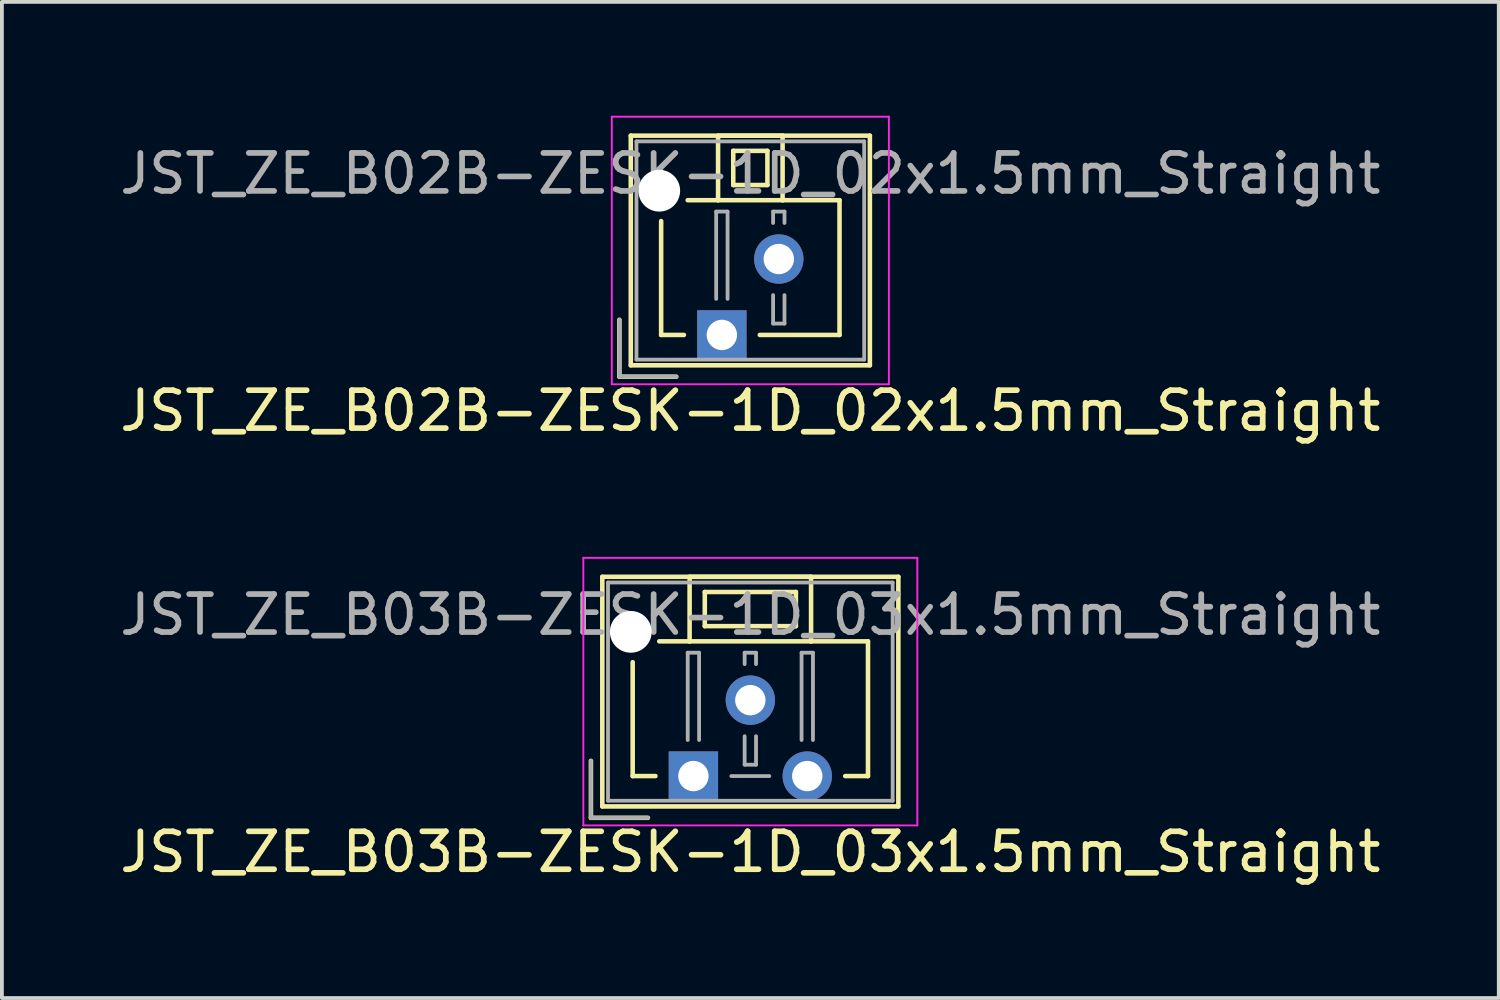
<source format=kicad_pcb>
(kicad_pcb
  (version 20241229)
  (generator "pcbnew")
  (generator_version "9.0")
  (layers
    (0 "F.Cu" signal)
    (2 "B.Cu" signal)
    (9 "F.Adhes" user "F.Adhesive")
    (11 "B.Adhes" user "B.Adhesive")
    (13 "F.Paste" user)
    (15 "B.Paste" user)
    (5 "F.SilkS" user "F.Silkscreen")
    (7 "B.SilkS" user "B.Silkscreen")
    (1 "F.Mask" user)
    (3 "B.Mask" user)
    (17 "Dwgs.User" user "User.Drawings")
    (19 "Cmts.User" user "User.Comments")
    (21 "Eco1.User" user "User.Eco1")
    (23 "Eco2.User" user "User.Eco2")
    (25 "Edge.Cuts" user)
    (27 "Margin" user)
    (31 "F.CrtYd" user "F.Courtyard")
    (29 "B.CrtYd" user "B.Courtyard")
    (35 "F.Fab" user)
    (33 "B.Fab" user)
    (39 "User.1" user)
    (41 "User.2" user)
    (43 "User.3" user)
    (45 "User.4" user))
  (footprint "JST_ZE_B03B-ZESK-1D_03x1.5mm_Straight"
    (layer "F.Cu")
    (at 15.22 17.398)
    (property "Reference" "JST_ZE_B03B-ZESK-1D_03x1.5mm_Straight" (at 1.5 2 0) (layer "F.SilkS") (effects (font (size 1 1) (thickness 0.15))))
    (attr through_hole)
    (fp_line (start -2.7 -0.4) (end -2.7 1.1) (stroke (width 0.12) (type solid)) (layer "F.SilkS"))
    (fp_line (start -2.7 1.1) (end -1.2 1.1) (stroke (width 0.12) (type solid)) (layer "F.SilkS"))
    (fp_line (start -2.4 -5.25) (end -2.4 0.8) (stroke (width 0.12) (type solid)) (layer "F.SilkS"))
    (fp_line (start -2.4 0.8) (end 5.4 0.8) (stroke (width 0.12) (type solid)) (layer "F.SilkS"))
    (fp_line (start -1.6 -3) (end -1.6 0) (stroke (width 0.12) (type solid)) (layer "F.SilkS"))
    (fp_line (start -1.6 0) (end -1 0) (stroke (width 0.12) (type solid)) (layer "F.SilkS"))
    (fp_line (start -0.1 -5.25) (end -0.1 -3.55) (stroke (width 0.12) (type solid)) (layer "F.SilkS"))
    (fp_line (start -0.1 -3.55) (end -0.9 -3.55) (stroke (width 0.12) (type solid)) (layer "F.SilkS"))
    (fp_line (start -0.1 -3.55) (end 3.1 -3.55) (stroke (width 0.12) (type solid)) (layer "F.SilkS"))
    (fp_line (start 0.3 -4.85) (end 0.3 -3.95) (stroke (width 0.12) (type solid)) (layer "F.SilkS"))
    (fp_line (start 0.3 -3.95) (end 2.7 -3.95) (stroke (width 0.12) (type solid)) (layer "F.SilkS"))
    (fp_line (start 2.7 -4.85) (end 0.3 -4.85) (stroke (width 0.12) (type solid)) (layer "F.SilkS"))
    (fp_line (start 2.7 -3.95) (end 2.7 -4.85) (stroke (width 0.12) (type solid)) (layer "F.SilkS"))
    (fp_line (start 3.1 -5.25) (end -0.1 -5.25) (stroke (width 0.12) (type solid)) (layer "F.SilkS"))
    (fp_line (start 3.1 -3.55) (end 3.1 -5.25) (stroke (width 0.12) (type solid)) (layer "F.SilkS"))
    (fp_line (start 3.1 -3.55) (end 4.6 -3.55) (stroke (width 0.12) (type solid)) (layer "F.SilkS"))
    (fp_line (start 4.6 -3.55) (end 4.6 0) (stroke (width 0.12) (type solid)) (layer "F.SilkS"))
    (fp_line (start 4.6 0) (end 4 0) (stroke (width 0.12) (type solid)) (layer "F.SilkS"))
    (fp_line (start 5.4 -5.25) (end -2.4 -5.25) (stroke (width 0.12) (type solid)) (layer "F.SilkS"))
    (fp_line (start 5.4 0.8) (end 5.4 -5.25) (stroke (width 0.12) (type solid)) (layer "F.SilkS"))
    (fp_line (start -2.9 -5.75) (end -2.9 1.3) (stroke (width 0.05) (type solid)) (layer "F.CrtYd"))
    (fp_line (start -2.9 1.3) (end 5.9 1.3) (stroke (width 0.05) (type solid)) (layer "F.CrtYd"))
    (fp_line (start 5.9 -5.75) (end -2.9 -5.75) (stroke (width 0.05) (type solid)) (layer "F.CrtYd"))
    (fp_line (start 5.9 1.3) (end 5.9 -5.75) (stroke (width 0.05) (type solid)) (layer "F.CrtYd"))
    (fp_line (start -2.7 -0.4) (end -2.7 1.1) (stroke (width 0.1) (type solid)) (layer "F.Fab"))
    (fp_line (start -2.7 1.1) (end -1.2 1.1) (stroke (width 0.1) (type solid)) (layer "F.Fab"))
    (fp_line (start -2.25 -5.1) (end -2.25 0.65) (stroke (width 0.1) (type solid)) (layer "F.Fab"))
    (fp_line (start -2.25 0.65) (end 5.25 0.65) (stroke (width 0.1) (type solid)) (layer "F.Fab"))
    (fp_line (start -0.15 -3.25) (end 0.15 -3.25) (stroke (width 0.1) (type solid)) (layer "F.Fab"))
    (fp_line (start -0.15 -0.95) (end -0.15 -3.25) (stroke (width 0.1) (type solid)) (layer "F.Fab"))
    (fp_line (start 0.15 -3.25) (end 0.15 -0.95) (stroke (width 0.1) (type solid)) (layer "F.Fab"))
    (fp_line (start 1 0) (end 2 0) (stroke (width 0.1) (type solid)) (layer "F.Fab"))
    (fp_line (start 1.35 -3.25) (end 1.65 -3.25) (stroke (width 0.1) (type solid)) (layer "F.Fab"))
    (fp_line (start 1.35 -2.95) (end 1.35 -3.25) (stroke (width 0.1) (type solid)) (layer "F.Fab"))
    (fp_line (start 1.35 -1.05) (end 1.35 -0.3) (stroke (width 0.1) (type solid)) (layer "F.Fab"))
    (fp_line (start 1.35 -0.3) (end 1.65 -0.3) (stroke (width 0.1) (type solid)) (layer "F.Fab"))
    (fp_line (start 1.65 -3.25) (end 1.65 -2.95) (stroke (width 0.1) (type solid)) (layer "F.Fab"))
    (fp_line (start 1.65 -0.3) (end 1.65 -1.05) (stroke (width 0.1) (type solid)) (layer "F.Fab"))
    (fp_line (start 2.85 -3.25) (end 3.15 -3.25) (stroke (width 0.1) (type solid)) (layer "F.Fab"))
    (fp_line (start 2.85 -0.95) (end 2.85 -3.25) (stroke (width 0.1) (type solid)) (layer "F.Fab"))
    (fp_line (start 3.15 -3.25) (end 3.15 -0.95) (stroke (width 0.1) (type solid)) (layer "F.Fab"))
    (fp_line (start 5.25 -5.1) (end -2.25 -5.1) (stroke (width 0.1) (type solid)) (layer "F.Fab"))
    (fp_line (start 5.25 0.65) (end 5.25 -5.1) (stroke (width 0.1) (type solid)) (layer "F.Fab"))
    (fp_text user "${REFERENCE}" (at 1.5 -4.25 0) (layer "F.Fab") (effects (font (size 1 1) (thickness 0.15))))
    (pad "" np_thru_hole circle (at -1.65 -3.8) (size 1.1 1.1) (drill 1.1) (layers "*.Cu"))
    (pad "1" thru_hole rect (at 0 0) (size 1.3 1.3) (drill 0.8) (layers "*.Cu" "*.Mask"))
    (pad "2" thru_hole circle (at 1.5 -2) (size 1.3 1.3) (drill 0.8) (layers "*.Cu" "*.Mask"))
    (pad "3" thru_hole circle (at 3 0) (size 1.3 1.3) (drill 0.8) (layers "*.Cu" "*.Mask")))
  (footprint "JST_ZE_B02B-ZESK-1D_02x1.5mm_Straight"
    (layer "F.Cu")
    (at 15.97 5.775)
    (property "Reference" "JST_ZE_B02B-ZESK-1D_02x1.5mm_Straight" (at 0.75 2 0) (layer "F.SilkS") (effects (font (size 1 1) (thickness 0.15))))
    (attr through_hole)
    (fp_line (start -2.7 -0.4) (end -2.7 1.1) (stroke (width 0.12) (type solid)) (layer "F.SilkS"))
    (fp_line (start -2.7 1.1) (end -1.2 1.1) (stroke (width 0.12) (type solid)) (layer "F.SilkS"))
    (fp_line (start -2.4 -5.25) (end -2.4 0.8) (stroke (width 0.12) (type solid)) (layer "F.SilkS"))
    (fp_line (start -2.4 0.8) (end 3.9 0.8) (stroke (width 0.12) (type solid)) (layer "F.SilkS"))
    (fp_line (start -1.6 -3) (end -1.6 0) (stroke (width 0.12) (type solid)) (layer "F.SilkS"))
    (fp_line (start -1.6 0) (end -1 0) (stroke (width 0.12) (type solid)) (layer "F.SilkS"))
    (fp_line (start -0.1 -5.25) (end -0.1 -3.55) (stroke (width 0.12) (type solid)) (layer "F.SilkS"))
    (fp_line (start -0.1 -3.55) (end -0.9 -3.55) (stroke (width 0.12) (type solid)) (layer "F.SilkS"))
    (fp_line (start -0.1 -3.55) (end 1.6 -3.55) (stroke (width 0.12) (type solid)) (layer "F.SilkS"))
    (fp_line (start 0.3 -4.85) (end 0.3 -3.95) (stroke (width 0.12) (type solid)) (layer "F.SilkS"))
    (fp_line (start 0.3 -3.95) (end 1.2 -3.95) (stroke (width 0.12) (type solid)) (layer "F.SilkS"))
    (fp_line (start 1.2 -4.85) (end 0.3 -4.85) (stroke (width 0.12) (type solid)) (layer "F.SilkS"))
    (fp_line (start 1.2 -3.95) (end 1.2 -4.85) (stroke (width 0.12) (type solid)) (layer "F.SilkS"))
    (fp_line (start 1.6 -5.25) (end -0.1 -5.25) (stroke (width 0.12) (type solid)) (layer "F.SilkS"))
    (fp_line (start 1.6 -3.55) (end 1.6 -5.25) (stroke (width 0.12) (type solid)) (layer "F.SilkS"))
    (fp_line (start 1.6 -3.55) (end 3.1 -3.55) (stroke (width 0.12) (type solid)) (layer "F.SilkS"))
    (fp_line (start 3.1 -3.55) (end 3.1 0) (stroke (width 0.12) (type solid)) (layer "F.SilkS"))
    (fp_line (start 3.1 0) (end 1 0) (stroke (width 0.12) (type solid)) (layer "F.SilkS"))
    (fp_line (start 3.9 -5.25) (end -2.4 -5.25) (stroke (width 0.12) (type solid)) (layer "F.SilkS"))
    (fp_line (start 3.9 0.8) (end 3.9 -5.25) (stroke (width 0.12) (type solid)) (layer "F.SilkS"))
    (fp_line (start -2.9 -5.75) (end -2.9 1.3) (stroke (width 0.05) (type solid)) (layer "F.CrtYd"))
    (fp_line (start -2.9 1.3) (end 4.4 1.3) (stroke (width 0.05) (type solid)) (layer "F.CrtYd"))
    (fp_line (start 4.4 -5.75) (end -2.9 -5.75) (stroke (width 0.05) (type solid)) (layer "F.CrtYd"))
    (fp_line (start 4.4 1.3) (end 4.4 -5.75) (stroke (width 0.05) (type solid)) (layer "F.CrtYd"))
    (fp_line (start -2.7 -0.4) (end -2.7 1.1) (stroke (width 0.1) (type solid)) (layer "F.Fab"))
    (fp_line (start -2.7 1.1) (end -1.2 1.1) (stroke (width 0.1) (type solid)) (layer "F.Fab"))
    (fp_line (start -2.25 -5.1) (end -2.25 0.65) (stroke (width 0.1) (type solid)) (layer "F.Fab"))
    (fp_line (start -2.25 0.65) (end 3.75 0.65) (stroke (width 0.1) (type solid)) (layer "F.Fab"))
    (fp_line (start -0.15 -3.25) (end 0.15 -3.25) (stroke (width 0.1) (type solid)) (layer "F.Fab"))
    (fp_line (start -0.15 -0.95) (end -0.15 -3.25) (stroke (width 0.1) (type solid)) (layer "F.Fab"))
    (fp_line (start 0.15 -3.25) (end 0.15 -0.95) (stroke (width 0.1) (type solid)) (layer "F.Fab"))
    (fp_line (start 1.35 -3.25) (end 1.65 -3.25) (stroke (width 0.1) (type solid)) (layer "F.Fab"))
    (fp_line (start 1.35 -2.95) (end 1.35 -3.25) (stroke (width 0.1) (type solid)) (layer "F.Fab"))
    (fp_line (start 1.35 -1.05) (end 1.35 -0.3) (stroke (width 0.1) (type solid)) (layer "F.Fab"))
    (fp_line (start 1.35 -0.3) (end 1.65 -0.3) (stroke (width 0.1) (type solid)) (layer "F.Fab"))
    (fp_line (start 1.65 -3.25) (end 1.65 -2.95) (stroke (width 0.1) (type solid)) (layer "F.Fab"))
    (fp_line (start 1.65 -0.3) (end 1.65 -1.05) (stroke (width 0.1) (type solid)) (layer "F.Fab"))
    (fp_line (start 3.75 -5.1) (end -2.25 -5.1) (stroke (width 0.1) (type solid)) (layer "F.Fab"))
    (fp_line (start 3.75 0.65) (end 3.75 -5.1) (stroke (width 0.1) (type solid)) (layer "F.Fab"))
    (fp_text user "${REFERENCE}" (at 0.75 -4.25 0) (layer "F.Fab") (effects (font (size 1 1) (thickness 0.15))))
    (pad "" np_thru_hole circle (at -1.65 -3.8) (size 1.1 1.1) (drill 1.1) (layers "*.Cu"))
    (pad "1" thru_hole rect (at 0 0) (size 1.3 1.3) (drill 0.8) (layers "*.Cu" "*.Mask"))
    (pad "2" thru_hole circle (at 1.5 -2) (size 1.3 1.3) (drill 0.8) (layers "*.Cu" "*.Mask")))
  (gr_rect
    (start -3 -3)
    (end 36.44 23.247)
    (stroke (width 0.1) (type default))
    (fill no)
    (layer "Edge.Cuts")))
</source>
